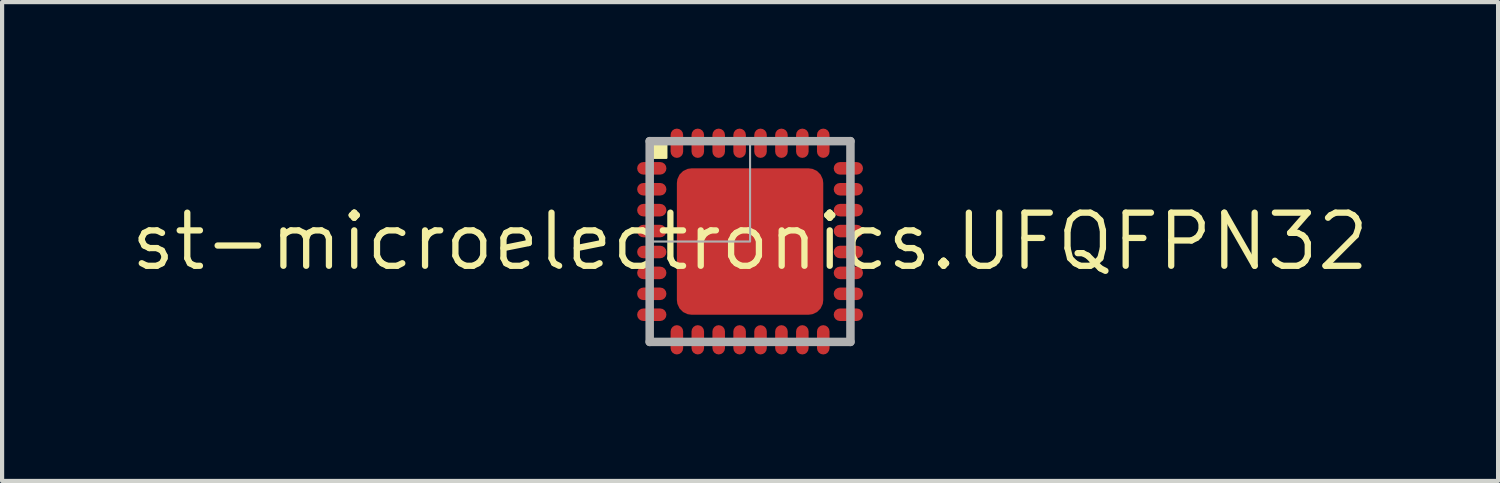
<source format=kicad_pcb>
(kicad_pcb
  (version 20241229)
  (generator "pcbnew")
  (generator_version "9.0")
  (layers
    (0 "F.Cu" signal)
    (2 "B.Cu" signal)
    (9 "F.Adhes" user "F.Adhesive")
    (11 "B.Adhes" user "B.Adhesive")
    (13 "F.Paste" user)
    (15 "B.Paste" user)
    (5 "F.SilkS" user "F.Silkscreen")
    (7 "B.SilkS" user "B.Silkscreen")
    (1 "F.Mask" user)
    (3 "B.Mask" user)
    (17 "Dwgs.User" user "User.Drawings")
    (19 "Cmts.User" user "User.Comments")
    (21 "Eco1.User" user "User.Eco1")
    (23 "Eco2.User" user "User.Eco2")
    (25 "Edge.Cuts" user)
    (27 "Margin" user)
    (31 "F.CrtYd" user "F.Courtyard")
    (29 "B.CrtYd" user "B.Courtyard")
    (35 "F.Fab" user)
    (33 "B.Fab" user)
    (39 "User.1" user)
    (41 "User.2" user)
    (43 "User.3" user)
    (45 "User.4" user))
  (footprint "st-microelectronics.UFQFPN32"
    (layer "F.Cu")
    (at 14.884 2.725)
    (property "Reference" "st-microelectronics.UFQFPN32" (at 0 0 0) (layer "F.SilkS") (effects (font (size 1.27 1.27) (thickness 0.15))))
    (attr smd)
    (fp_line (start -2.55 -1.75) (end -2.15 -1.75) (stroke (width 0.35) (type default)) (layer "F.Mask"))
    (fp_line (start -2.55 -1.25) (end -2.15 -1.25) (stroke (width 0.35) (type default)) (layer "F.Mask"))
    (fp_line (start -2.55 -0.75) (end -2.15 -0.75) (stroke (width 0.35) (type default)) (layer "F.Mask"))
    (fp_line (start -2.55 -0.25) (end -2.15 -0.25) (stroke (width 0.35) (type default)) (layer "F.Mask"))
    (fp_line (start -2.55 0.25) (end -2.15 0.25) (stroke (width 0.35) (type default)) (layer "F.Mask"))
    (fp_line (start -2.55 0.75) (end -2.15 0.75) (stroke (width 0.35) (type default)) (layer "F.Mask"))
    (fp_line (start -2.55 1.25) (end -2.15 1.25) (stroke (width 0.35) (type default)) (layer "F.Mask"))
    (fp_line (start -2.55 1.75) (end -2.15 1.75) (stroke (width 0.35) (type default)) (layer "F.Mask"))
    (fp_line (start -1.75 -2.55) (end -1.75 -2.15) (stroke (width 0.35) (type default)) (layer "F.Mask"))
    (fp_line (start -1.75 2.55) (end -1.75 2.15) (stroke (width 0.35) (type default)) (layer "F.Mask"))
    (fp_line (start -1.25 -2.55) (end -1.25 -2.15) (stroke (width 0.35) (type default)) (layer "F.Mask"))
    (fp_line (start -1.25 2.55) (end -1.25 2.15) (stroke (width 0.35) (type default)) (layer "F.Mask"))
    (fp_line (start -0.75 -2.55) (end -0.75 -2.15) (stroke (width 0.35) (type default)) (layer "F.Mask"))
    (fp_line (start -0.75 2.55) (end -0.75 2.15) (stroke (width 0.35) (type default)) (layer "F.Mask"))
    (fp_line (start -0.25 -2.55) (end -0.25 -2.15) (stroke (width 0.35) (type default)) (layer "F.Mask"))
    (fp_line (start -0.25 2.55) (end -0.25 2.15) (stroke (width 0.35) (type default)) (layer "F.Mask"))
    (fp_line (start 0.25 -2.55) (end 0.25 -2.15) (stroke (width 0.35) (type default)) (layer "F.Mask"))
    (fp_line (start 0.25 2.55) (end 0.25 2.15) (stroke (width 0.35) (type default)) (layer "F.Mask"))
    (fp_line (start 0.75 -2.55) (end 0.75 -2.15) (stroke (width 0.35) (type default)) (layer "F.Mask"))
    (fp_line (start 0.75 2.55) (end 0.75 2.15) (stroke (width 0.35) (type default)) (layer "F.Mask"))
    (fp_line (start 1.25 -2.55) (end 1.25 -2.15) (stroke (width 0.35) (type default)) (layer "F.Mask"))
    (fp_line (start 1.25 2.55) (end 1.25 2.15) (stroke (width 0.35) (type default)) (layer "F.Mask"))
    (fp_line (start 1.75 -2.55) (end 1.75 -2.15) (stroke (width 0.35) (type default)) (layer "F.Mask"))
    (fp_line (start 1.75 2.55) (end 1.75 2.15) (stroke (width 0.35) (type default)) (layer "F.Mask"))
    (fp_line (start 2.55 -1.75) (end 2.15 -1.75) (stroke (width 0.35) (type default)) (layer "F.Mask"))
    (fp_line (start 2.55 -1.25) (end 2.15 -1.25) (stroke (width 0.35) (type default)) (layer "F.Mask"))
    (fp_line (start 2.55 -0.75) (end 2.15 -0.75) (stroke (width 0.35) (type default)) (layer "F.Mask"))
    (fp_line (start 2.55 -0.25) (end 2.15 -0.25) (stroke (width 0.35) (type default)) (layer "F.Mask"))
    (fp_line (start 2.55 0.25) (end 2.15 0.25) (stroke (width 0.35) (type default)) (layer "F.Mask"))
    (fp_line (start 2.55 0.75) (end 2.15 0.75) (stroke (width 0.35) (type default)) (layer "F.Mask"))
    (fp_line (start 2.55 1.25) (end 2.15 1.25) (stroke (width 0.35) (type default)) (layer "F.Mask"))
    (fp_line (start 2.55 1.75) (end 2.15 1.75) (stroke (width 0.35) (type default)) (layer "F.Mask"))
    (fp_poly (pts (xy -1.75 -1.25) (xy -1.25 -1.75) (xy 1.5 -1.75) (xy 1.75 -1.5) (xy 1.75 1.5) (xy 1.5 1.75) (xy -1.5 1.75) (xy -1.75 1.5)) (stroke (width 0.2) (type default)) (fill yes) (layer "F.Mask"))
    (fp_rect (start -2.45 -2) (end -2 -2.45) (stroke (width 0.05) (type default)) (fill yes) (layer "F.SilkS"))
    (fp_line (start -2.55 -1.75) (end -2.15 -1.75) (stroke (width 0.225) (type default)) (layer "F.Paste"))
    (fp_line (start -2.55 -1.25) (end -2.15 -1.25) (stroke (width 0.225) (type default)) (layer "F.Paste"))
    (fp_line (start -2.55 -0.75) (end -2.15 -0.75) (stroke (width 0.225) (type default)) (layer "F.Paste"))
    (fp_line (start -2.55 -0.25) (end -2.15 -0.25) (stroke (width 0.225) (type default)) (layer "F.Paste"))
    (fp_line (start -2.55 0.25) (end -2.15 0.25) (stroke (width 0.225) (type default)) (layer "F.Paste"))
    (fp_line (start -2.55 0.75) (end -2.15 0.75) (stroke (width 0.225) (type default)) (layer "F.Paste"))
    (fp_line (start -2.55 1.25) (end -2.15 1.25) (stroke (width 0.225) (type default)) (layer "F.Paste"))
    (fp_line (start -2.55 1.75) (end -2.15 1.75) (stroke (width 0.225) (type default)) (layer "F.Paste"))
    (fp_line (start -1.75 -2.55) (end -1.75 -2.15) (stroke (width 0.225) (type default)) (layer "F.Paste"))
    (fp_line (start -1.75 2.55) (end -1.75 2.15) (stroke (width 0.225) (type default)) (layer "F.Paste"))
    (fp_line (start -1.25 -2.55) (end -1.25 -2.15) (stroke (width 0.225) (type default)) (layer "F.Paste"))
    (fp_line (start -1.25 2.55) (end -1.25 2.15) (stroke (width 0.225) (type default)) (layer "F.Paste"))
    (fp_line (start -0.75 -2.55) (end -0.75 -2.15) (stroke (width 0.225) (type default)) (layer "F.Paste"))
    (fp_line (start -0.75 2.55) (end -0.75 2.15) (stroke (width 0.225) (type default)) (layer "F.Paste"))
    (fp_line (start -0.25 -2.55) (end -0.25 -2.15) (stroke (width 0.225) (type default)) (layer "F.Paste"))
    (fp_line (start -0.25 2.55) (end -0.25 2.15) (stroke (width 0.225) (type default)) (layer "F.Paste"))
    (fp_line (start 0.25 -2.55) (end 0.25 -2.15) (stroke (width 0.225) (type default)) (layer "F.Paste"))
    (fp_line (start 0.25 2.55) (end 0.25 2.15) (stroke (width 0.225) (type default)) (layer "F.Paste"))
    (fp_line (start 0.75 -2.55) (end 0.75 -2.15) (stroke (width 0.225) (type default)) (layer "F.Paste"))
    (fp_line (start 0.75 2.55) (end 0.75 2.15) (stroke (width 0.225) (type default)) (layer "F.Paste"))
    (fp_line (start 1.25 -2.55) (end 1.25 -2.15) (stroke (width 0.225) (type default)) (layer "F.Paste"))
    (fp_line (start 1.25 2.55) (end 1.25 2.15) (stroke (width 0.225) (type default)) (layer "F.Paste"))
    (fp_line (start 1.75 -2.55) (end 1.75 -2.15) (stroke (width 0.225) (type default)) (layer "F.Paste"))
    (fp_line (start 1.75 2.55) (end 1.75 2.15) (stroke (width 0.225) (type default)) (layer "F.Paste"))
    (fp_line (start 2.55 -1.75) (end 2.15 -1.75) (stroke (width 0.225) (type default)) (layer "F.Paste"))
    (fp_line (start 2.55 -1.25) (end 2.15 -1.25) (stroke (width 0.225) (type default)) (layer "F.Paste"))
    (fp_line (start 2.55 -0.75) (end 2.15 -0.75) (stroke (width 0.225) (type default)) (layer "F.Paste"))
    (fp_line (start 2.55 -0.25) (end 2.15 -0.25) (stroke (width 0.225) (type default)) (layer "F.Paste"))
    (fp_line (start 2.55 0.25) (end 2.15 0.25) (stroke (width 0.225) (type default)) (layer "F.Paste"))
    (fp_line (start 2.55 0.75) (end 2.15 0.75) (stroke (width 0.225) (type default)) (layer "F.Paste"))
    (fp_line (start 2.55 1.25) (end 2.15 1.25) (stroke (width 0.225) (type default)) (layer "F.Paste"))
    (fp_line (start 2.55 1.75) (end 2.15 1.75) (stroke (width 0.225) (type default)) (layer "F.Paste"))
    (fp_rect (start -1.5 -0.25) (end -0.25 -1.5) (stroke (width 0.05) (type default)) (fill yes) (layer "F.Paste"))
    (fp_rect (start -1.5 1.5) (end -0.25 0.25) (stroke (width 0.05) (type default)) (fill yes) (layer "F.Paste"))
    (fp_rect (start 0.25 -0.25) (end 1.5 -1.5) (stroke (width 0.05) (type default)) (fill yes) (layer "F.Paste"))
    (fp_rect (start 0.25 1.5) (end 1.5 0.25) (stroke (width 0.05) (type default)) (fill yes) (layer "F.Paste"))
    (fp_line (start -2.4 -2.4) (end 2.4 -2.4) (stroke (width 0.203) (type default)) (layer "F.Fab"))
    (fp_line (start -2.4 2.4) (end -2.4 -2.4) (stroke (width 0.203) (type default)) (layer "F.Fab"))
    (fp_line (start 2.4 -2.4) (end 2.4 2.4) (stroke (width 0.203) (type default)) (layer "F.Fab"))
    (fp_line (start 2.4 2.4) (end -2.4 2.4) (stroke (width 0.203) (type default)) (layer "F.Fab"))
    (fp_rect (start -2.45 0) (end 0 -2.45) (stroke (width 0.05) (type default)) (fill no) (layer "F.Fab"))
    (pad "1" smd roundrect (at -2.35 -1.75) (size 0.7 0.3) (layers "F.Cu" "F.Mask" "F.Paste") (roundrect_rratio 0.5))
    (pad "2" smd roundrect (at -2.35 -1.25) (size 0.7 0.3) (layers "F.Cu" "F.Mask" "F.Paste") (roundrect_rratio 0.5))
    (pad "3" smd roundrect (at -2.35 -0.75) (size 0.7 0.3) (layers "F.Cu" "F.Mask" "F.Paste") (roundrect_rratio 0.5))
    (pad "4" smd roundrect (at -2.35 -0.25) (size 0.7 0.3) (layers "F.Cu" "F.Mask" "F.Paste") (roundrect_rratio 0.5))
    (pad "5" smd roundrect (at -2.35 0.25) (size 0.7 0.3) (layers "F.Cu" "F.Mask" "F.Paste") (roundrect_rratio 0.5))
    (pad "6" smd roundrect (at -2.35 0.75) (size 0.7 0.3) (layers "F.Cu" "F.Mask" "F.Paste") (roundrect_rratio 0.5))
    (pad "7" smd roundrect (at -2.35 1.25) (size 0.7 0.3) (layers "F.Cu" "F.Mask" "F.Paste") (roundrect_rratio 0.5))
    (pad "8" smd roundrect (at -2.35 1.75) (size 0.7 0.3) (layers "F.Cu" "F.Mask" "F.Paste") (roundrect_rratio 0.5))
    (pad "9" smd roundrect (at -1.75 2.35 90) (size 0.7 0.3) (layers "F.Cu" "F.Mask" "F.Paste") (roundrect_rratio 0.5))
    (pad "10" smd roundrect (at -1.25 2.35 90) (size 0.7 0.3) (layers "F.Cu" "F.Mask" "F.Paste") (roundrect_rratio 0.5))
    (pad "11" smd roundrect (at -0.75 2.35 90) (size 0.7 0.3) (layers "F.Cu" "F.Mask" "F.Paste") (roundrect_rratio 0.5))
    (pad "12" smd roundrect (at -0.25 2.35 90) (size 0.7 0.3) (layers "F.Cu" "F.Mask" "F.Paste") (roundrect_rratio 0.5))
    (pad "13" smd roundrect (at 0.25 2.35 90) (size 0.7 0.3) (layers "F.Cu" "F.Mask" "F.Paste") (roundrect_rratio 0.5))
    (pad "14" smd roundrect (at 0.75 2.35 90) (size 0.7 0.3) (layers "F.Cu" "F.Mask" "F.Paste") (roundrect_rratio 0.5))
    (pad "15" smd roundrect (at 1.25 2.35 90) (size 0.7 0.3) (layers "F.Cu" "F.Mask" "F.Paste") (roundrect_rratio 0.5))
    (pad "16" smd roundrect (at 1.75 2.35 90) (size 0.7 0.3) (layers "F.Cu" "F.Mask" "F.Paste") (roundrect_rratio 0.5))
    (pad "17" smd roundrect (at 2.35 1.75 180) (size 0.7 0.3) (layers "F.Cu" "F.Mask" "F.Paste") (roundrect_rratio 0.5))
    (pad "18" smd roundrect (at 2.35 1.25 180) (size 0.7 0.3) (layers "F.Cu" "F.Mask" "F.Paste") (roundrect_rratio 0.5))
    (pad "19" smd roundrect (at 2.35 0.75 180) (size 0.7 0.3) (layers "F.Cu" "F.Mask" "F.Paste") (roundrect_rratio 0.5))
    (pad "20" smd roundrect (at 2.35 0.25 180) (size 0.7 0.3) (layers "F.Cu" "F.Mask" "F.Paste") (roundrect_rratio 0.5))
    (pad "21" smd roundrect (at 2.35 -0.25 180) (size 0.7 0.3) (layers "F.Cu" "F.Mask" "F.Paste") (roundrect_rratio 0.5))
    (pad "22" smd roundrect (at 2.35 -0.75 180) (size 0.7 0.3) (layers "F.Cu" "F.Mask" "F.Paste") (roundrect_rratio 0.5))
    (pad "23" smd roundrect (at 2.35 -1.25 180) (size 0.7 0.3) (layers "F.Cu" "F.Mask" "F.Paste") (roundrect_rratio 0.5))
    (pad "24" smd roundrect (at 2.35 -1.75 180) (size 0.7 0.3) (layers "F.Cu" "F.Mask" "F.Paste") (roundrect_rratio 0.5))
    (pad "25" smd roundrect (at 1.75 -2.35 270) (size 0.7 0.3) (layers "F.Cu" "F.Mask" "F.Paste") (roundrect_rratio 0.5))
    (pad "26" smd roundrect (at 1.25 -2.35 270) (size 0.7 0.3) (layers "F.Cu" "F.Mask" "F.Paste") (roundrect_rratio 0.5))
    (pad "27" smd roundrect (at 0.75 -2.35 270) (size 0.7 0.3) (layers "F.Cu" "F.Mask" "F.Paste") (roundrect_rratio 0.5))
    (pad "28" smd roundrect (at 0.25 -2.35 270) (size 0.7 0.3) (layers "F.Cu" "F.Mask" "F.Paste") (roundrect_rratio 0.5))
    (pad "29" smd roundrect (at -0.25 -2.35 270) (size 0.7 0.3) (layers "F.Cu" "F.Mask" "F.Paste") (roundrect_rratio 0.5))
    (pad "30" smd roundrect (at -0.75 -2.35 270) (size 0.7 0.3) (layers "F.Cu" "F.Mask" "F.Paste") (roundrect_rratio 0.5))
    (pad "31" smd roundrect (at -1.25 -2.35 270) (size 0.7 0.3) (layers "F.Cu" "F.Mask" "F.Paste") (roundrect_rratio 0.5))
    (pad "32" smd roundrect (at -1.75 -2.35 270) (size 0.7 0.3) (layers "F.Cu" "F.Mask" "F.Paste") (roundrect_rratio 0.5))
    (pad "EXP" smd roundrect (at 0 0) (size 3.5 3.5) (layers "F.Cu" "F.Mask" "F.Paste") (roundrect_rratio 0.1)))
  (gr_rect
    (start -3 -3)
    (end 32.769 8.45)
    (stroke (width 0.1) (type default))
    (fill no)
    (layer "Edge.Cuts")))
</source>
